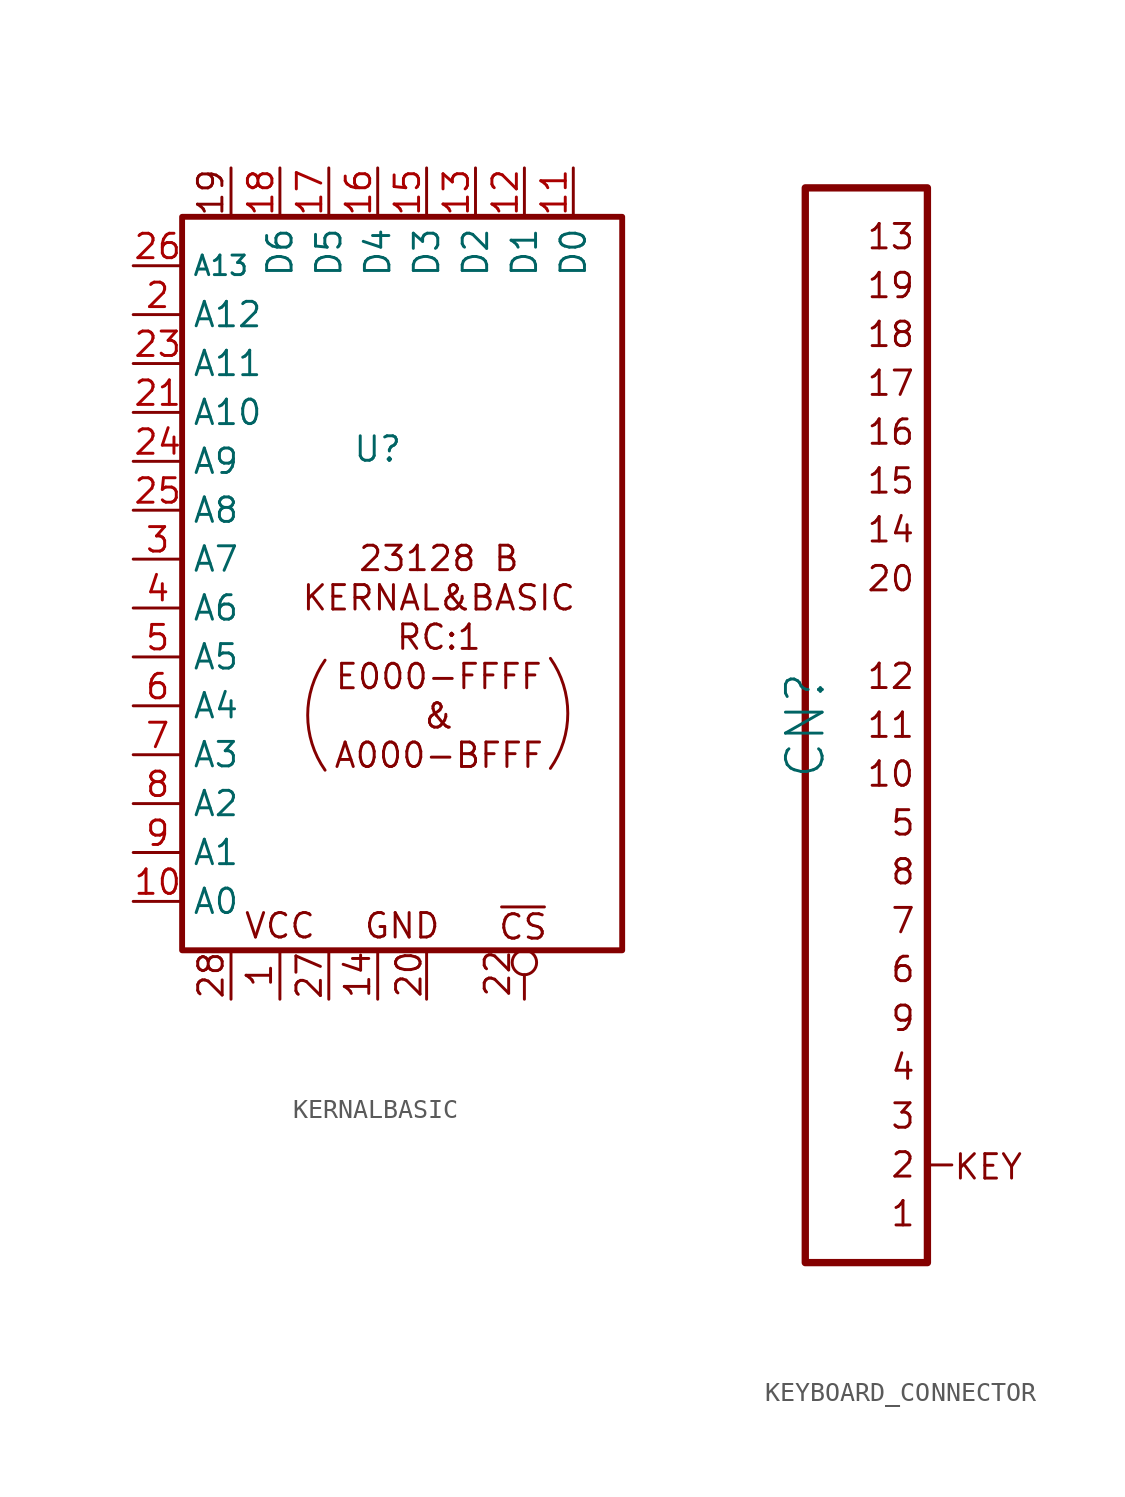
<source format=kicad_sym>
(kicad_symbol_lib
  (version 20220914)
  (generator kicad_symbol_editor)
  (symbol "KERNALBASIC"
    (property "Reference" "U"
      (at -1.27 6.985 0)
      (effects (font (size 1.27 1.27))))
    (property "Value" ""
      (at -4.445 2.54 0)
      (effects (font (size 1.27 1.27))))
    (symbol "KERNALBASIC_0_0"
      (arc (start -4.0038 -3.9789) (mid -4.9068 -6.8364) (end -4.0038 -9.6939) (stroke (width 0) (type default)) (fill (type none)))
      (polyline (pts (xy -8.89 -19.05) (xy -8.89 -21.59)) (stroke (width 0) (type default)) (fill (type none)))
      (polyline (pts (xy -8.89 19.05) (xy -8.89 21.59)) (stroke (width 0) (type default)) (fill (type none)))
      (polyline (pts (xy -6.35 -19.05) (xy -6.35 -21.59)) (stroke (width 0) (type default)) (fill (type none)))
      (polyline (pts (xy -3.81 -19.05) (xy -3.81 -21.59)) (stroke (width 0) (type default)) (fill (type none)))
      (polyline (pts (xy -1.27 -19.05) (xy -1.27 -21.59)) (stroke (width 0) (type default)) (fill (type none)))
      (polyline (pts (xy 1.27 -19.05) (xy 1.27 -21.59)) (stroke (width 0) (type default)) (fill (type none)))
      (polyline (pts (xy 6.35 -20.32) (xy 6.35 -21.59)) (stroke (width 0) (type default)) (fill (type none)))
      (circle (center 6.35 -19.685) (radius 0.635) (stroke (width 0) (type default)) (fill (type none)))
      (arc (start 7.7013 -9.6005) (mid 8.6043 -6.743) (end 7.7013 -3.8855) (stroke (width 0) (type default)) (fill (type none)))
      (text "1" (at -7.415 -20.346 900) (effects (font (size 1.27 1.27))))
      (text "14" (at -2.314 -20.321 900) (effects (font (size 1.27 1.27))))
      (text "19" (at -9.944 20.312 900) (effects (font (size 1.27 1.27))))
      (text "20" (at 0.349 -20.296 900) (effects (font (size 1.27 1.27))))
      (text "22" (at 4.953 -20.251 900) (effects (font (size 1.27 1.27))))
      (text "23128 B\nKERNAL&BASIC\nRC:1\nE000-FFFF\n&\nA000-BFFF" (at 1.905 -3.81 0) (effects (font (size 1.27 1.27))))
      (text "27" (at -4.827 -20.37 900) (effects (font (size 1.27 1.27))))
      (text "28" (at -9.929 -20.346 900) (effects (font (size 1.27 1.27))))
      (text "GND" (at 0 -17.78 0) (effects (font (size 1.27 1.27))))
      (text "VCC" (at -6.35 -17.78 0) (effects (font (size 1.27 1.27))))
      (text "~{CS}" (at 6.278 -17.84 0) (effects (font (size 1.27 1.27)))))
    (symbol "KERNALBASIC_0_1"
      (rectangle (start -11.43 19.05) (end 11.43 -19.05) (stroke (width 0.305) (type default)) (fill (type none))))
    (symbol "KERNALBASIC_1_1"
      (pin input line (at -6.35 -21.59 90) (length 2.54) hide (name "VCC" (effects (font (size 1.27 1.27)))) (number "1" (effects (font (size 1.27 1.27)))))
      (pin input line (at -13.97 -16.51 0) (length 2.54) (name "A0" (effects (font (size 1.27 1.27)))) (number "10" (effects (font (size 1.27 1.27)))))
      (pin input line (at 8.89 21.59 270) (length 2.54) (name "D0" (effects (font (size 1.27 1.27)))) (number "11" (effects (font (size 1.27 1.27)))))
      (pin input line (at 6.35 21.59 270) (length 2.54) (name "D1" (effects (font (size 1.27 1.27)))) (number "12" (effects (font (size 1.27 1.27)))))
      (pin input line (at 3.81 21.59 270) (length 2.54) (name "D2" (effects (font (size 1.27 1.27)))) (number "13" (effects (font (size 1.27 1.27)))))
      (pin input line (at -1.27 -21.59 90) (length 2.54) hide (name "GND" (effects (font (size 1.27 1.27)))) (number "14" (effects (font (size 1.27 1.27)))))
      (pin input line (at 1.27 21.59 270) (length 2.54) (name "D3" (effects (font (size 1.27 1.27)))) (number "15" (effects (font (size 1.27 1.27)))))
      (pin input line (at -1.27 21.59 270) (length 2.54) (name "D4" (effects (font (size 1.27 1.27)))) (number "16" (effects (font (size 1.27 1.27)))))
      (pin input line (at -3.81 21.59 270) (length 2.54) (name "D5" (effects (font (size 1.27 1.27)))) (number "17" (effects (font (size 1.27 1.27)))))
      (pin input line (at -6.35 21.59 270) (length 2.54) (name "D6" (effects (font (size 1.27 1.27)))) (number "18" (effects (font (size 1.27 1.27)))))
      (pin input line (at -8.89 21.59 270) (length 2.54) hide (name "D7" (effects (font (size 1.27 1.27)))) (number "19" (effects (font (size 1.27 1.27)))))
      (pin input line (at -13.97 13.97 0) (length 2.54) (name "A12" (effects (font (size 1.27 1.27)))) (number "2" (effects (font (size 1.27 1.27)))))
      (pin input line (at 1.27 -21.59 90) (length 2.54) hide (name "GND" (effects (font (size 1.27 1.27)))) (number "20" (effects (font (size 1.27 1.27)))))
      (pin input line (at -13.97 8.89 0) (length 2.54) (name "A10" (effects (font (size 1.27 1.27)))) (number "21" (effects (font (size 1.27 1.27)))))
      (pin input inverted (at 6.35 -21.59 90) (length 2.54) hide (name "~{CS}" (effects (font (size 1.27 1.27)))) (number "22" (effects (font (size 1.27 1.27)))))
      (pin input line (at -13.97 11.43 0) (length 2.54) (name "A11" (effects (font (size 1.27 1.27)))) (number "23" (effects (font (size 1.27 1.27)))))
      (pin input line (at -13.97 6.35 0) (length 2.54) (name "A9" (effects (font (size 1.27 1.27)))) (number "24" (effects (font (size 1.27 1.27)))))
      (pin input line (at -13.97 3.81 0) (length 2.54) (name "A8" (effects (font (size 1.27 1.27)))) (number "25" (effects (font (size 1.27 1.27)))))
      (pin input line (at -13.97 16.51 0) (length 2.54) (name "A13" (effects (font (size 1.016 1.016)))) (number "26" (effects (font (size 1.27 1.27)))))
      (pin input line (at -3.81 -21.59 90) (length 2.54) hide (name "VCC" (effects (font (size 1.27 1.27)))) (number "27" (effects (font (size 1.27 1.27)))))
      (pin input line (at -8.89 -21.59 90) (length 2.54) hide (name "VCC" (effects (font (size 1.27 1.27)))) (number "28" (effects (font (size 1.27 1.27)))))
      (pin input line (at -13.97 1.27 0) (length 2.54) (name "A7" (effects (font (size 1.27 1.27)))) (number "3" (effects (font (size 1.27 1.27)))))
      (pin input line (at -13.97 -1.27 0) (length 2.54) (name "A6" (effects (font (size 1.27 1.27)))) (number "4" (effects (font (size 1.27 1.27)))))
      (pin input line (at -13.97 -3.81 0) (length 2.54) (name "A5" (effects (font (size 1.27 1.27)))) (number "5" (effects (font (size 1.27 1.27)))))
      (pin input line (at -13.97 -6.35 0) (length 2.54) (name "A4" (effects (font (size 1.27 1.27)))) (number "6" (effects (font (size 1.27 1.27)))))
      (pin input line (at -13.97 -8.89 0) (length 2.54) (name "A3" (effects (font (size 1.27 1.27)))) (number "7" (effects (font (size 1.27 1.27)))))
      (pin input line (at -13.97 -11.43 0) (length 2.54) (name "A2" (effects (font (size 1.27 1.27)))) (number "8" (effects (font (size 1.27 1.27)))))
      (pin input line (at -13.97 -13.97 0) (length 2.54) (name "A1" (effects (font (size 1.27 1.27)))) (number "9" (effects (font (size 1.27 1.27)))))))
  (symbol "KEYBOARD_CONNECTOR"
    (property "Reference" "CN"
      (at -1.27 0 90)
      (effects (font (size 1.905 1.905))))
    (property "Value" ""
      (at 0 0 0)
      (effects (font (size 1.27 1.27))))
    (symbol "KEYBOARD_CONNECTOR_0_0"
      (polyline (pts (xy 5.08 -22.86) (xy 6.35 -22.86)) (stroke (width 0) (type default)) (fill (type none)))
      (text "1" (at 3.81 -25.4 0) (effects (font (size 1.27 1.27))))
      (text "10" (at 3.175 -2.54 0) (effects (font (size 1.27 1.27))))
      (text "11" (at 3.175 0 0) (effects (font (size 1.27 1.27))))
      (text "12" (at 3.175 2.54 0) (effects (font (size 1.27 1.27))))
      (text "13" (at 3.175 25.4 0) (effects (font (size 1.27 1.27))))
      (text "14" (at 3.175 10.16 0) (effects (font (size 1.27 1.27))))
      (text "15" (at 3.175 12.7 0) (effects (font (size 1.27 1.27))))
      (text "16" (at 3.175 15.24 0) (effects (font (size 1.27 1.27))))
      (text "17" (at 3.175 17.78 0) (effects (font (size 1.27 1.27))))
      (text "18" (at 3.175 20.32 0) (effects (font (size 1.27 1.27))))
      (text "19" (at 3.175 22.86 0) (effects (font (size 1.27 1.27))))
      (text "2" (at 3.81 -22.86 0) (effects (font (size 1.27 1.27))))
      (text "20" (at 3.175 7.62 0) (effects (font (size 1.27 1.27))))
      (text "3" (at 3.81 -20.32 0) (effects (font (size 1.27 1.27))))
      (text "4" (at 3.81 -17.78 0) (effects (font (size 1.27 1.27))))
      (text "5" (at 3.81 -5.08 0) (effects (font (size 1.27 1.27))))
      (text "6" (at 3.81 -12.7 0) (effects (font (size 1.27 1.27))))
      (text "7" (at 3.81 -10.16 0) (effects (font (size 1.27 1.27))))
      (text "8" (at 3.81 -7.62 0) (effects (font (size 1.27 1.27))))
      (text "9" (at 3.81 -15.24 0) (effects (font (size 1.27 1.27))))
      (text "KEY" (at 8.247 -22.964 0) (effects (font (size 1.27 1.27)))))
    (symbol "KEYBOARD_CONNECTOR_0_1"
      (rectangle (start -1.27 27.94) (end 5.08 -27.94) (stroke (width 0.381) (type default)) (fill (type none))))
    (symbol "KEYBOARD_CONNECTOR_1_1"
      (pin input line (at 5.08 -25.4 180) (length 2.54) hide (name "" (effects (font (size 1.27 1.27)))) (number "1" (effects (font (size 1.27 1.27)))))
      (pin input line (at 5.08 -2.54 180) (length 2.54) hide (name "" (effects (font (size 1.27 1.27)))) (number "10" (effects (font (size 1.27 1.27)))))
      (pin input line (at 5.08 0 180) (length 2.54) hide (name "" (effects (font (size 1.27 1.27)))) (number "11" (effects (font (size 1.27 1.27)))))
      (pin input line (at 5.08 2.54 180) (length 2.54) hide (name "" (effects (font (size 1.27 1.27)))) (number "12" (effects (font (size 1.27 1.27)))))
      (pin input line (at 5.08 25.4 180) (length 2.54) hide (name "" (effects (font (size 1.27 1.27)))) (number "13" (effects (font (size 1.27 1.27)))))
      (pin input line (at 5.08 10.16 180) (length 2.54) hide (name "" (effects (font (size 1.27 1.27)))) (number "14" (effects (font (size 1.27 1.27)))))
      (pin input line (at 5.08 12.7 180) (length 2.54) hide (name "" (effects (font (size 1.27 1.27)))) (number "15" (effects (font (size 1.27 1.27)))))
      (pin input line (at 5.08 15.24 180) (length 2.54) hide (name "" (effects (font (size 1.27 1.27)))) (number "16" (effects (font (size 1.27 1.27)))))
      (pin input line (at 5.08 17.78 180) (length 2.54) hide (name "" (effects (font (size 1.27 1.27)))) (number "17" (effects (font (size 1.27 1.27)))))
      (pin input line (at 5.08 20.32 180) (length 2.54) hide (name "" (effects (font (size 1.27 1.27)))) (number "18" (effects (font (size 1.27 1.27)))))
      (pin input line (at 5.08 22.86 180) (length 2.54) hide (name "" (effects (font (size 1.27 1.27)))) (number "19" (effects (font (size 1.27 1.27)))))
      (pin input line (at 5.08 7.62 180) (length 2.54) hide (name "" (effects (font (size 1.27 1.27)))) (number "20" (effects (font (size 1.27 1.27)))))
      (pin input line (at 5.08 -20.32 180) (length 2.54) hide (name "" (effects (font (size 1.27 1.27)))) (number "3" (effects (font (size 1.27 1.27)))))
      (pin input line (at 5.08 -17.78 180) (length 2.54) hide (name "" (effects (font (size 1.27 1.27)))) (number "4" (effects (font (size 1.27 1.27)))))
      (pin input line (at 5.08 -5.08 180) (length 2.54) hide (name "" (effects (font (size 1.27 1.27)))) (number "5" (effects (font (size 1.27 1.27)))))
      (pin input line (at 5.08 -12.7 180) (length 2.54) hide (name "" (effects (font (size 1.27 1.27)))) (number "6" (effects (font (size 1.27 1.27)))))
      (pin input line (at 5.08 -10.16 180) (length 2.54) hide (name "" (effects (font (size 1.27 1.27)))) (number "7" (effects (font (size 1.27 1.27)))))
      (pin input line (at 5.08 -7.62 180) (length 2.54) hide (name "" (effects (font (size 1.27 1.27)))) (number "8" (effects (font (size 1.27 1.27)))))
      (pin input line (at 5.08 -15.24 180) (length 2.54) hide (name "" (effects (font (size 1.27 1.27)))) (number "9" (effects (font (size 1.27 1.27))))))))
</source>
